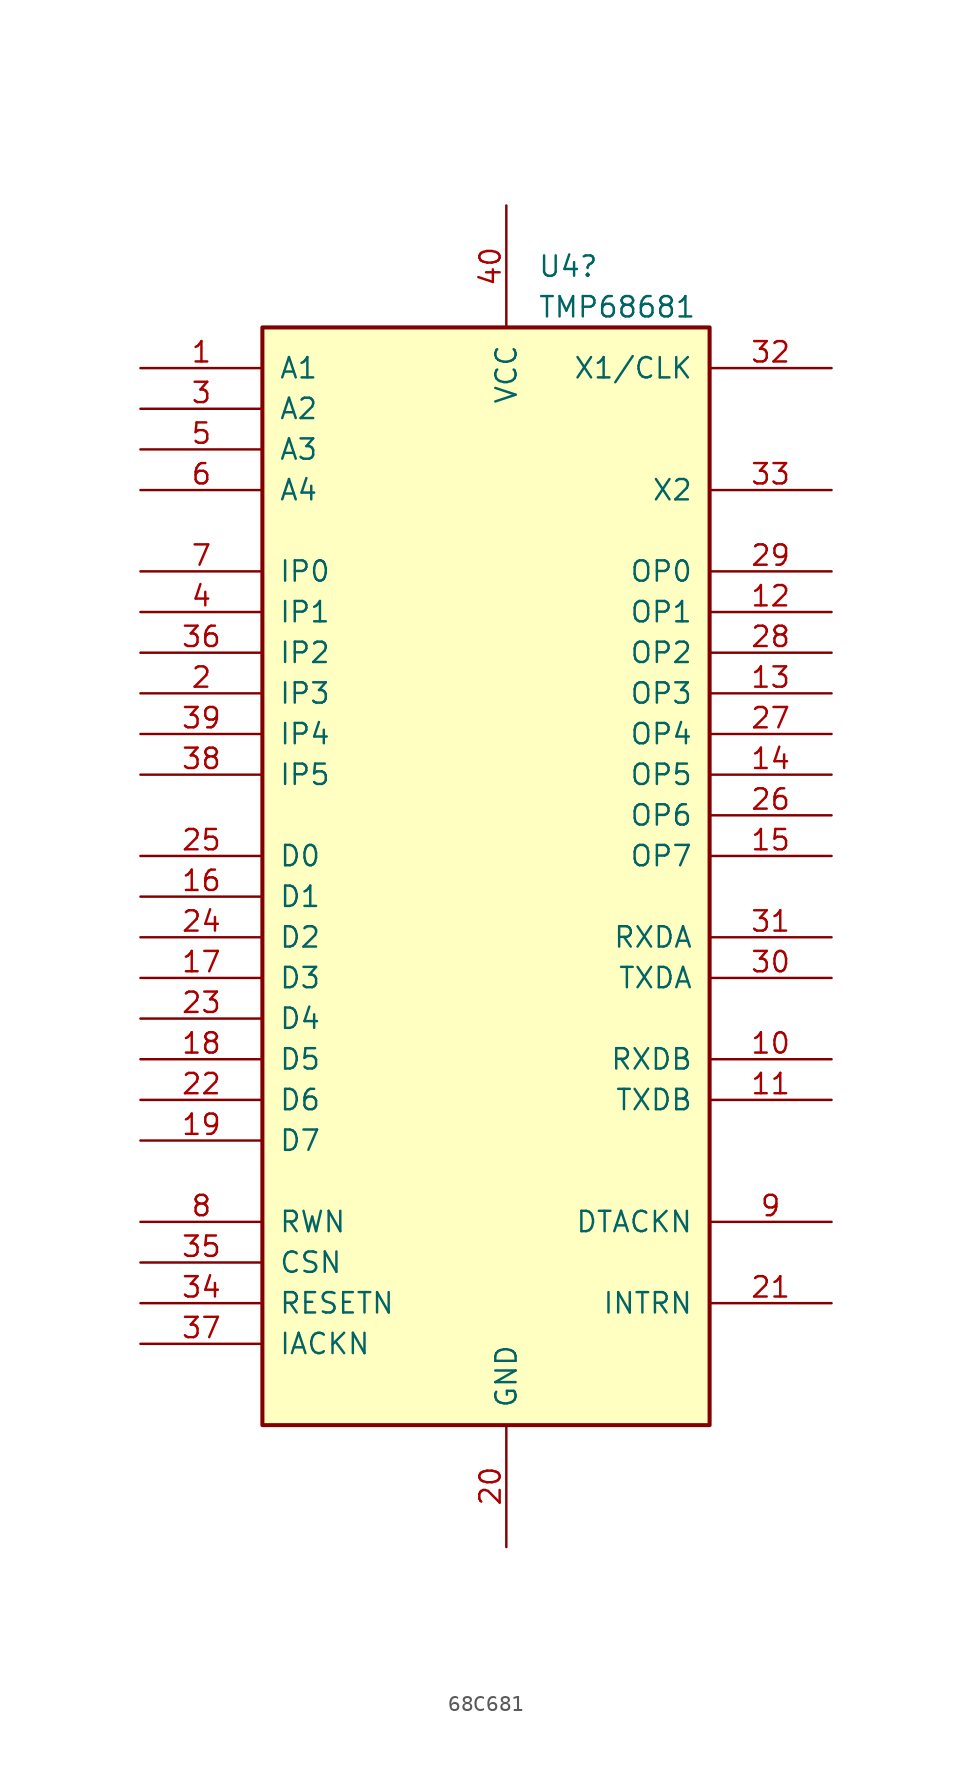
<source format=kicad_sym>
(kicad_symbol_lib
  (version 20220914)
  (generator kicad_symbol_editor)
  (symbol "68C681"
    (pin_names
      (offset 1.016))
    (property "Reference" "U4"
      (at 1.956 39.37 0)
      (effects (font (size 1.27 1.27)) (justify left)))
    (property "Value" "TMP68681"
      (at 1.956 36.83 0)
      (effects (font (size 1.27 1.27)) (justify left)))
    (symbol "68C681_0_1"
      (rectangle (start -15.24 -33.02) (end 12.7 35.56) (stroke (width 0.254) (type default)) (fill (type background))))
    (symbol "68C681_1_1"
      (pin input line (at -22.86 33.02 0) (length 7.62) (name "A1" (effects (font (size 1.27 1.27)))) (number "1" (effects (font (size 1.27 1.27)))))
      (pin input line (at 20.32 -10.16 180) (length 7.62) (name "RXDB" (effects (font (size 1.27 1.27)))) (number "10" (effects (font (size 1.27 1.27)))))
      (pin output line (at 20.32 -12.7 180) (length 7.62) (name "TXDB" (effects (font (size 1.27 1.27)))) (number "11" (effects (font (size 1.27 1.27)))))
      (pin output line (at 20.32 17.78 180) (length 7.62) (name "OP1" (effects (font (size 1.27 1.27)))) (number "12" (effects (font (size 1.27 1.27)))))
      (pin output line (at 20.32 12.7 180) (length 7.62) (name "OP3" (effects (font (size 1.27 1.27)))) (number "13" (effects (font (size 1.27 1.27)))))
      (pin output line (at 20.32 7.62 180) (length 7.62) (name "OP5" (effects (font (size 1.27 1.27)))) (number "14" (effects (font (size 1.27 1.27)))))
      (pin output line (at 20.32 2.54 180) (length 7.62) (name "OP7" (effects (font (size 1.27 1.27)))) (number "15" (effects (font (size 1.27 1.27)))))
      (pin input line (at -22.86 0 0) (length 7.62) (name "D1" (effects (font (size 1.27 1.27)))) (number "16" (effects (font (size 1.27 1.27)))))
      (pin input line (at -22.86 -5.08 0) (length 7.62) (name "D3" (effects (font (size 1.27 1.27)))) (number "17" (effects (font (size 1.27 1.27)))))
      (pin input line (at -22.86 -10.16 0) (length 7.62) (name "D5" (effects (font (size 1.27 1.27)))) (number "18" (effects (font (size 1.27 1.27)))))
      (pin input line (at -22.86 -15.24 0) (length 7.62) (name "D7" (effects (font (size 1.27 1.27)))) (number "19" (effects (font (size 1.27 1.27)))))
      (pin input line (at -22.86 12.7 0) (length 7.62) (name "IP3" (effects (font (size 1.27 1.27)))) (number "2" (effects (font (size 1.27 1.27)))))
      (pin power_in line (at 0 -40.64 90) (length 7.62) (name "GND" (effects (font (size 1.27 1.27)))) (number "20" (effects (font (size 1.27 1.27)))))
      (pin output line (at 20.32 -25.4 180) (length 7.62) (name "INTRN" (effects (font (size 1.27 1.27)))) (number "21" (effects (font (size 1.27 1.27)))))
      (pin input line (at -22.86 -12.7 0) (length 7.62) (name "D6" (effects (font (size 1.27 1.27)))) (number "22" (effects (font (size 1.27 1.27)))))
      (pin input line (at -22.86 -7.62 0) (length 7.62) (name "D4" (effects (font (size 1.27 1.27)))) (number "23" (effects (font (size 1.27 1.27)))))
      (pin input line (at -22.86 -2.54 0) (length 7.62) (name "D2" (effects (font (size 1.27 1.27)))) (number "24" (effects (font (size 1.27 1.27)))))
      (pin input line (at -22.86 2.54 0) (length 7.62) (name "D0" (effects (font (size 1.27 1.27)))) (number "25" (effects (font (size 1.27 1.27)))))
      (pin output line (at 20.32 5.08 180) (length 7.62) (name "OP6" (effects (font (size 1.27 1.27)))) (number "26" (effects (font (size 1.27 1.27)))))
      (pin output line (at 20.32 10.16 180) (length 7.62) (name "OP4" (effects (font (size 1.27 1.27)))) (number "27" (effects (font (size 1.27 1.27)))))
      (pin output line (at 20.32 15.24 180) (length 7.62) (name "OP2" (effects (font (size 1.27 1.27)))) (number "28" (effects (font (size 1.27 1.27)))))
      (pin output line (at 20.32 20.32 180) (length 7.62) (name "OP0" (effects (font (size 1.27 1.27)))) (number "29" (effects (font (size 1.27 1.27)))))
      (pin input line (at -22.86 30.48 0) (length 7.62) (name "A2" (effects (font (size 1.27 1.27)))) (number "3" (effects (font (size 1.27 1.27)))))
      (pin output line (at 20.32 -5.08 180) (length 7.62) (name "TXDA" (effects (font (size 1.27 1.27)))) (number "30" (effects (font (size 1.27 1.27)))))
      (pin input line (at 20.32 -2.54 180) (length 7.62) (name "RXDA" (effects (font (size 1.27 1.27)))) (number "31" (effects (font (size 1.27 1.27)))))
      (pin input line (at 20.32 33.02 180) (length 7.62) (name "X1/CLK" (effects (font (size 1.27 1.27)))) (number "32" (effects (font (size 1.27 1.27)))))
      (pin output line (at 20.32 25.4 180) (length 7.62) (name "X2" (effects (font (size 1.27 1.27)))) (number "33" (effects (font (size 1.27 1.27)))))
      (pin input line (at -22.86 -25.4 0) (length 7.62) (name "RESETN" (effects (font (size 1.27 1.27)))) (number "34" (effects (font (size 1.27 1.27)))))
      (pin input line (at -22.86 -22.86 0) (length 7.62) (name "CSN" (effects (font (size 1.27 1.27)))) (number "35" (effects (font (size 1.27 1.27)))))
      (pin input line (at -22.86 15.24 0) (length 7.62) (name "IP2" (effects (font (size 1.27 1.27)))) (number "36" (effects (font (size 1.27 1.27)))))
      (pin input line (at -22.86 -27.94 0) (length 7.62) (name "IACKN" (effects (font (size 1.27 1.27)))) (number "37" (effects (font (size 1.27 1.27)))))
      (pin input line (at -22.86 7.62 0) (length 7.62) (name "IP5" (effects (font (size 1.27 1.27)))) (number "38" (effects (font (size 1.27 1.27)))))
      (pin input line (at -22.86 10.16 0) (length 7.62) (name "IP4" (effects (font (size 1.27 1.27)))) (number "39" (effects (font (size 1.27 1.27)))))
      (pin input line (at -22.86 17.78 0) (length 7.62) (name "IP1" (effects (font (size 1.27 1.27)))) (number "4" (effects (font (size 1.27 1.27)))))
      (pin power_in line (at 0 43.18 270) (length 7.62) (name "VCC" (effects (font (size 1.27 1.27)))) (number "40" (effects (font (size 1.27 1.27)))))
      (pin input line (at -22.86 27.94 0) (length 7.62) (name "A3" (effects (font (size 1.27 1.27)))) (number "5" (effects (font (size 1.27 1.27)))))
      (pin input line (at -22.86 25.4 0) (length 7.62) (name "A4" (effects (font (size 1.27 1.27)))) (number "6" (effects (font (size 1.27 1.27)))))
      (pin input line (at -22.86 20.32 0) (length 7.62) (name "IP0" (effects (font (size 1.27 1.27)))) (number "7" (effects (font (size 1.27 1.27)))))
      (pin input line (at -22.86 -20.32 0) (length 7.62) (name "RWN" (effects (font (size 1.27 1.27)))) (number "8" (effects (font (size 1.27 1.27)))))
      (pin output line (at 20.32 -20.32 180) (length 7.62) (name "DTACKN" (effects (font (size 1.27 1.27)))) (number "9" (effects (font (size 1.27 1.27))))))))
</source>
